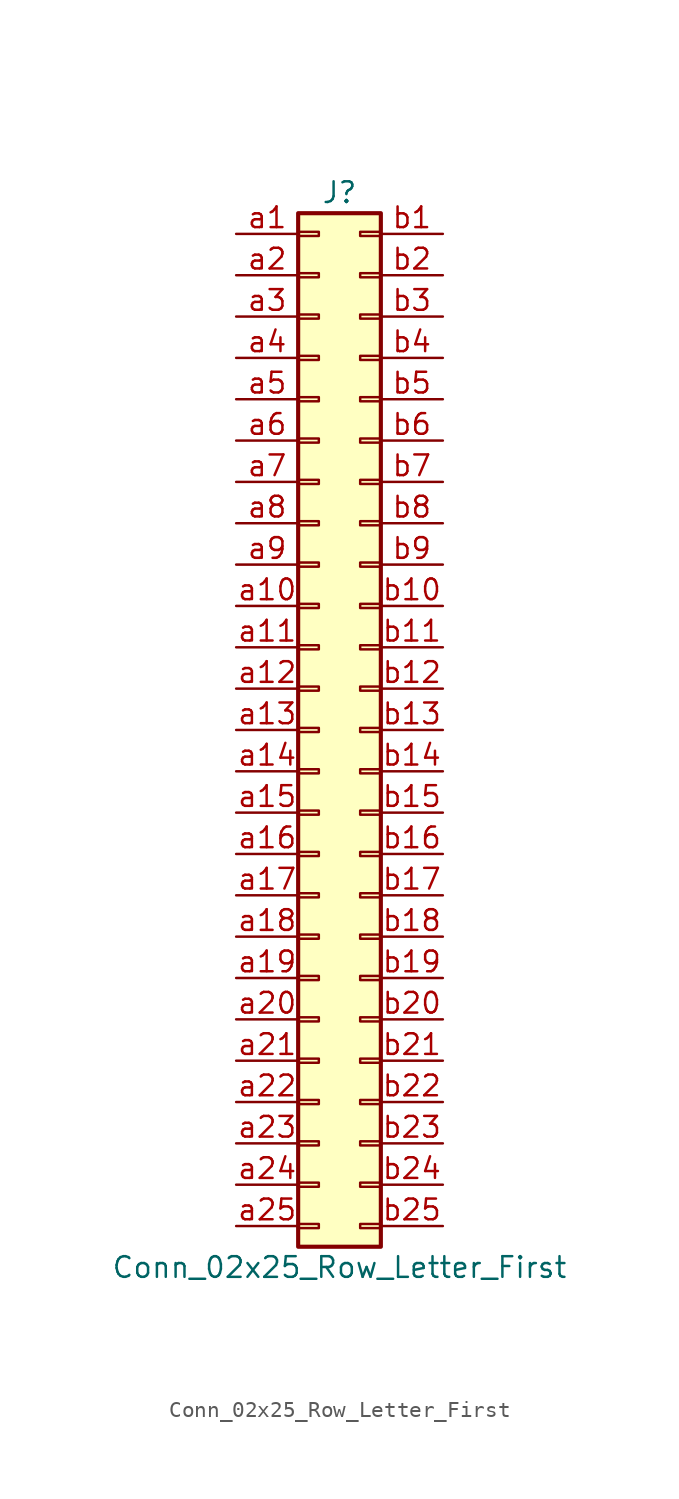
<source format=kicad_sym>
(kicad_symbol_lib
  (version 20201005)
  (generator kicad_symbol_editor)
  (symbol "Connector_Generic:Conn_02x25_Row_Letter_First"
    (pin_names
      (offset 1.016) hide)
    (property "Reference" "J"
      (at 1.27 33.02 0)
      (effects (font (size 1.27 1.27))))
    (property "Value" "Conn_02x25_Row_Letter_First"
      (at 1.27 -33.02 0)
      (effects (font (size 1.27 1.27))))
    (symbol "Conn_02x25_Row_Letter_First_1_1"
      (rectangle (start -1.27 -27.813) (end 0 -28.067) (stroke (width 0.152)) (fill (type none)))
      (rectangle (start -1.27 -30.353) (end 0 -30.607) (stroke (width 0.152)) (fill (type none)))
      (rectangle (start -1.27 -4.953) (end 0 -5.207) (stroke (width 0.152)) (fill (type none)))
      (rectangle (start -1.27 -7.493) (end 0 -7.747) (stroke (width 0.152)) (fill (type none)))
      (rectangle (start -1.27 -10.033) (end 0 -10.287) (stroke (width 0.152)) (fill (type none)))
      (rectangle (start -1.27 -12.573) (end 0 -12.827) (stroke (width 0.152)) (fill (type none)))
      (rectangle (start -1.27 -15.113) (end 0 -15.367) (stroke (width 0.152)) (fill (type none)))
      (rectangle (start -1.27 -17.653) (end 0 -17.907) (stroke (width 0.152)) (fill (type none)))
      (rectangle (start -1.27 -20.193) (end 0 -20.447) (stroke (width 0.152)) (fill (type none)))
      (rectangle (start -1.27 -22.733) (end 0 -22.987) (stroke (width 0.152)) (fill (type none)))
      (rectangle (start -1.27 -2.413) (end 0 -2.667) (stroke (width 0.152)) (fill (type none)))
      (rectangle (start -1.27 -25.273) (end 0 -25.527) (stroke (width 0.152)) (fill (type none)))
      (rectangle (start -1.27 25.527) (end 0 25.273) (stroke (width 0.152)) (fill (type none)))
      (rectangle (start -1.27 2.667) (end 0 2.413) (stroke (width 0.152)) (fill (type none)))
      (rectangle (start -1.27 28.067) (end 0 27.813) (stroke (width 0.152)) (fill (type none)))
      (rectangle (start -1.27 30.607) (end 0 30.353) (stroke (width 0.152)) (fill (type none)))
      (rectangle (start -1.27 31.75) (end 3.81 -31.75) (stroke (width 0.254)) (fill (type background)))
      (rectangle (start -1.27 5.207) (end 0 4.953) (stroke (width 0.152)) (fill (type none)))
      (rectangle (start -1.27 7.747) (end 0 7.493) (stroke (width 0.152)) (fill (type none)))
      (rectangle (start -1.27 10.287) (end 0 10.033) (stroke (width 0.152)) (fill (type none)))
      (rectangle (start -1.27 0.127) (end 0 -0.127) (stroke (width 0.152)) (fill (type none)))
      (rectangle (start -1.27 12.827) (end 0 12.573) (stroke (width 0.152)) (fill (type none)))
      (rectangle (start -1.27 15.367) (end 0 15.113) (stroke (width 0.152)) (fill (type none)))
      (rectangle (start -1.27 17.907) (end 0 17.653) (stroke (width 0.152)) (fill (type none)))
      (rectangle (start -1.27 20.447) (end 0 20.193) (stroke (width 0.152)) (fill (type none)))
      (rectangle (start -1.27 22.987) (end 0 22.733) (stroke (width 0.152)) (fill (type none)))
      (rectangle (start 3.81 -27.813) (end 2.54 -28.067) (stroke (width 0.152)) (fill (type none)))
      (rectangle (start 3.81 -30.353) (end 2.54 -30.607) (stroke (width 0.152)) (fill (type none)))
      (rectangle (start 3.81 -4.953) (end 2.54 -5.207) (stroke (width 0.152)) (fill (type none)))
      (rectangle (start 3.81 -7.493) (end 2.54 -7.747) (stroke (width 0.152)) (fill (type none)))
      (rectangle (start 3.81 -10.033) (end 2.54 -10.287) (stroke (width 0.152)) (fill (type none)))
      (rectangle (start 3.81 -12.573) (end 2.54 -12.827) (stroke (width 0.152)) (fill (type none)))
      (rectangle (start 3.81 -15.113) (end 2.54 -15.367) (stroke (width 0.152)) (fill (type none)))
      (rectangle (start 3.81 -17.653) (end 2.54 -17.907) (stroke (width 0.152)) (fill (type none)))
      (rectangle (start 3.81 -20.193) (end 2.54 -20.447) (stroke (width 0.152)) (fill (type none)))
      (rectangle (start 3.81 -22.733) (end 2.54 -22.987) (stroke (width 0.152)) (fill (type none)))
      (rectangle (start 3.81 -2.413) (end 2.54 -2.667) (stroke (width 0.152)) (fill (type none)))
      (rectangle (start 3.81 -25.273) (end 2.54 -25.527) (stroke (width 0.152)) (fill (type none)))
      (rectangle (start 3.81 25.527) (end 2.54 25.273) (stroke (width 0.152)) (fill (type none)))
      (rectangle (start 3.81 2.667) (end 2.54 2.413) (stroke (width 0.152)) (fill (type none)))
      (rectangle (start 3.81 28.067) (end 2.54 27.813) (stroke (width 0.152)) (fill (type none)))
      (rectangle (start 3.81 30.607) (end 2.54 30.353) (stroke (width 0.152)) (fill (type none)))
      (rectangle (start 3.81 5.207) (end 2.54 4.953) (stroke (width 0.152)) (fill (type none)))
      (rectangle (start 3.81 7.747) (end 2.54 7.493) (stroke (width 0.152)) (fill (type none)))
      (rectangle (start 3.81 10.287) (end 2.54 10.033) (stroke (width 0.152)) (fill (type none)))
      (rectangle (start 3.81 0.127) (end 2.54 -0.127) (stroke (width 0.152)) (fill (type none)))
      (rectangle (start 3.81 12.827) (end 2.54 12.573) (stroke (width 0.152)) (fill (type none)))
      (rectangle (start 3.81 15.367) (end 2.54 15.113) (stroke (width 0.152)) (fill (type none)))
      (rectangle (start 3.81 17.907) (end 2.54 17.653) (stroke (width 0.152)) (fill (type none)))
      (rectangle (start 3.81 20.447) (end 2.54 20.193) (stroke (width 0.152)) (fill (type none)))
      (rectangle (start 3.81 22.987) (end 2.54 22.733) (stroke (width 0.152)) (fill (type none)))
      (pin passive line (at -5.08 30.48 0) (length 3.81) (name "Pin_a1" (effects (font (size 1.27 1.27)))) (number "a1" (effects (font (size 1.27 1.27)))))
      (pin passive line (at -5.08 7.62 0) (length 3.81) (name "Pin_a10" (effects (font (size 1.27 1.27)))) (number "a10" (effects (font (size 1.27 1.27)))))
      (pin passive line (at -5.08 5.08 0) (length 3.81) (name "Pin_a11" (effects (font (size 1.27 1.27)))) (number "a11" (effects (font (size 1.27 1.27)))))
      (pin passive line (at -5.08 2.54 0) (length 3.81) (name "Pin_a12" (effects (font (size 1.27 1.27)))) (number "a12" (effects (font (size 1.27 1.27)))))
      (pin passive line (at -5.08 0 0) (length 3.81) (name "Pin_a13" (effects (font (size 1.27 1.27)))) (number "a13" (effects (font (size 1.27 1.27)))))
      (pin passive line (at -5.08 -2.54 0) (length 3.81) (name "Pin_a14" (effects (font (size 1.27 1.27)))) (number "a14" (effects (font (size 1.27 1.27)))))
      (pin passive line (at -5.08 -5.08 0) (length 3.81) (name "Pin_a15" (effects (font (size 1.27 1.27)))) (number "a15" (effects (font (size 1.27 1.27)))))
      (pin passive line (at -5.08 -7.62 0) (length 3.81) (name "Pin_a16" (effects (font (size 1.27 1.27)))) (number "a16" (effects (font (size 1.27 1.27)))))
      (pin passive line (at -5.08 -10.16 0) (length 3.81) (name "Pin_a17" (effects (font (size 1.27 1.27)))) (number "a17" (effects (font (size 1.27 1.27)))))
      (pin passive line (at -5.08 -12.7 0) (length 3.81) (name "Pin_a18" (effects (font (size 1.27 1.27)))) (number "a18" (effects (font (size 1.27 1.27)))))
      (pin passive line (at -5.08 -15.24 0) (length 3.81) (name "Pin_a19" (effects (font (size 1.27 1.27)))) (number "a19" (effects (font (size 1.27 1.27)))))
      (pin passive line (at -5.08 27.94 0) (length 3.81) (name "Pin_a2" (effects (font (size 1.27 1.27)))) (number "a2" (effects (font (size 1.27 1.27)))))
      (pin passive line (at -5.08 -17.78 0) (length 3.81) (name "Pin_a20" (effects (font (size 1.27 1.27)))) (number "a20" (effects (font (size 1.27 1.27)))))
      (pin passive line (at -5.08 -20.32 0) (length 3.81) (name "Pin_a21" (effects (font (size 1.27 1.27)))) (number "a21" (effects (font (size 1.27 1.27)))))
      (pin passive line (at -5.08 -22.86 0) (length 3.81) (name "Pin_a22" (effects (font (size 1.27 1.27)))) (number "a22" (effects (font (size 1.27 1.27)))))
      (pin passive line (at -5.08 -25.4 0) (length 3.81) (name "Pin_a23" (effects (font (size 1.27 1.27)))) (number "a23" (effects (font (size 1.27 1.27)))))
      (pin passive line (at -5.08 -27.94 0) (length 3.81) (name "Pin_a24" (effects (font (size 1.27 1.27)))) (number "a24" (effects (font (size 1.27 1.27)))))
      (pin passive line (at -5.08 -30.48 0) (length 3.81) (name "Pin_a25" (effects (font (size 1.27 1.27)))) (number "a25" (effects (font (size 1.27 1.27)))))
      (pin passive line (at -5.08 25.4 0) (length 3.81) (name "Pin_a3" (effects (font (size 1.27 1.27)))) (number "a3" (effects (font (size 1.27 1.27)))))
      (pin passive line (at -5.08 22.86 0) (length 3.81) (name "Pin_a4" (effects (font (size 1.27 1.27)))) (number "a4" (effects (font (size 1.27 1.27)))))
      (pin passive line (at -5.08 20.32 0) (length 3.81) (name "Pin_a5" (effects (font (size 1.27 1.27)))) (number "a5" (effects (font (size 1.27 1.27)))))
      (pin passive line (at -5.08 17.78 0) (length 3.81) (name "Pin_a6" (effects (font (size 1.27 1.27)))) (number "a6" (effects (font (size 1.27 1.27)))))
      (pin passive line (at -5.08 15.24 0) (length 3.81) (name "Pin_a7" (effects (font (size 1.27 1.27)))) (number "a7" (effects (font (size 1.27 1.27)))))
      (pin passive line (at -5.08 12.7 0) (length 3.81) (name "Pin_a8" (effects (font (size 1.27 1.27)))) (number "a8" (effects (font (size 1.27 1.27)))))
      (pin passive line (at -5.08 10.16 0) (length 3.81) (name "Pin_a9" (effects (font (size 1.27 1.27)))) (number "a9" (effects (font (size 1.27 1.27)))))
      (pin passive line (at 7.62 30.48 180) (length 3.81) (name "Pin_b1" (effects (font (size 1.27 1.27)))) (number "b1" (effects (font (size 1.27 1.27)))))
      (pin passive line (at 7.62 7.62 180) (length 3.81) (name "Pin_b10" (effects (font (size 1.27 1.27)))) (number "b10" (effects (font (size 1.27 1.27)))))
      (pin passive line (at 7.62 5.08 180) (length 3.81) (name "Pin_b11" (effects (font (size 1.27 1.27)))) (number "b11" (effects (font (size 1.27 1.27)))))
      (pin passive line (at 7.62 2.54 180) (length 3.81) (name "Pin_b12" (effects (font (size 1.27 1.27)))) (number "b12" (effects (font (size 1.27 1.27)))))
      (pin passive line (at 7.62 0 180) (length 3.81) (name "Pin_b13" (effects (font (size 1.27 1.27)))) (number "b13" (effects (font (size 1.27 1.27)))))
      (pin passive line (at 7.62 -2.54 180) (length 3.81) (name "Pin_b14" (effects (font (size 1.27 1.27)))) (number "b14" (effects (font (size 1.27 1.27)))))
      (pin passive line (at 7.62 -5.08 180) (length 3.81) (name "Pin_b15" (effects (font (size 1.27 1.27)))) (number "b15" (effects (font (size 1.27 1.27)))))
      (pin passive line (at 7.62 -7.62 180) (length 3.81) (name "Pin_b16" (effects (font (size 1.27 1.27)))) (number "b16" (effects (font (size 1.27 1.27)))))
      (pin passive line (at 7.62 -10.16 180) (length 3.81) (name "Pin_b17" (effects (font (size 1.27 1.27)))) (number "b17" (effects (font (size 1.27 1.27)))))
      (pin passive line (at 7.62 -12.7 180) (length 3.81) (name "Pin_b18" (effects (font (size 1.27 1.27)))) (number "b18" (effects (font (size 1.27 1.27)))))
      (pin passive line (at 7.62 -15.24 180) (length 3.81) (name "Pin_b19" (effects (font (size 1.27 1.27)))) (number "b19" (effects (font (size 1.27 1.27)))))
      (pin passive line (at 7.62 27.94 180) (length 3.81) (name "Pin_b2" (effects (font (size 1.27 1.27)))) (number "b2" (effects (font (size 1.27 1.27)))))
      (pin passive line (at 7.62 -17.78 180) (length 3.81) (name "Pin_b20" (effects (font (size 1.27 1.27)))) (number "b20" (effects (font (size 1.27 1.27)))))
      (pin passive line (at 7.62 -20.32 180) (length 3.81) (name "Pin_b21" (effects (font (size 1.27 1.27)))) (number "b21" (effects (font (size 1.27 1.27)))))
      (pin passive line (at 7.62 -22.86 180) (length 3.81) (name "Pin_b22" (effects (font (size 1.27 1.27)))) (number "b22" (effects (font (size 1.27 1.27)))))
      (pin passive line (at 7.62 -25.4 180) (length 3.81) (name "Pin_b23" (effects (font (size 1.27 1.27)))) (number "b23" (effects (font (size 1.27 1.27)))))
      (pin passive line (at 7.62 -27.94 180) (length 3.81) (name "Pin_b24" (effects (font (size 1.27 1.27)))) (number "b24" (effects (font (size 1.27 1.27)))))
      (pin passive line (at 7.62 -30.48 180) (length 3.81) (name "Pin_b25" (effects (font (size 1.27 1.27)))) (number "b25" (effects (font (size 1.27 1.27)))))
      (pin passive line (at 7.62 25.4 180) (length 3.81) (name "Pin_b3" (effects (font (size 1.27 1.27)))) (number "b3" (effects (font (size 1.27 1.27)))))
      (pin passive line (at 7.62 22.86 180) (length 3.81) (name "Pin_b4" (effects (font (size 1.27 1.27)))) (number "b4" (effects (font (size 1.27 1.27)))))
      (pin passive line (at 7.62 20.32 180) (length 3.81) (name "Pin_b5" (effects (font (size 1.27 1.27)))) (number "b5" (effects (font (size 1.27 1.27)))))
      (pin passive line (at 7.62 17.78 180) (length 3.81) (name "Pin_b6" (effects (font (size 1.27 1.27)))) (number "b6" (effects (font (size 1.27 1.27)))))
      (pin passive line (at 7.62 15.24 180) (length 3.81) (name "Pin_b7" (effects (font (size 1.27 1.27)))) (number "b7" (effects (font (size 1.27 1.27)))))
      (pin passive line (at 7.62 12.7 180) (length 3.81) (name "Pin_b8" (effects (font (size 1.27 1.27)))) (number "b8" (effects (font (size 1.27 1.27)))))
      (pin passive line (at 7.62 10.16 180) (length 3.81) (name "Pin_b9" (effects (font (size 1.27 1.27)))) (number "b9" (effects (font (size 1.27 1.27))))))))
</source>
